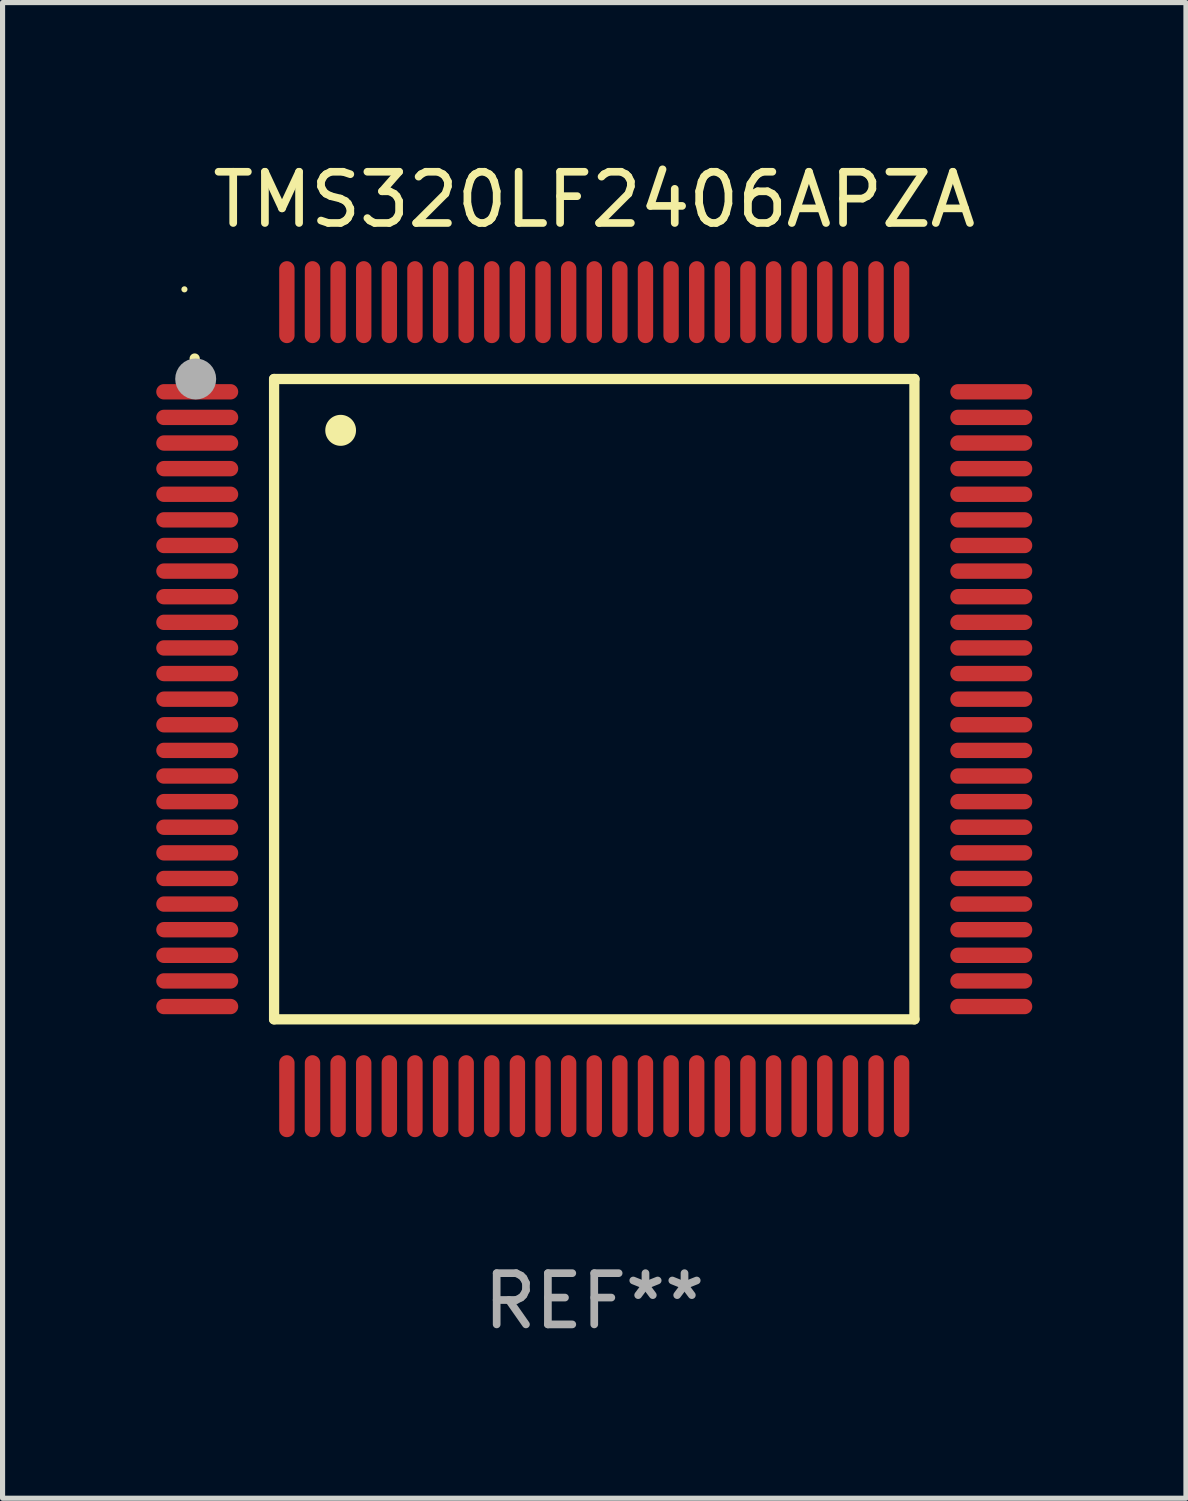
<source format=kicad_pcb>
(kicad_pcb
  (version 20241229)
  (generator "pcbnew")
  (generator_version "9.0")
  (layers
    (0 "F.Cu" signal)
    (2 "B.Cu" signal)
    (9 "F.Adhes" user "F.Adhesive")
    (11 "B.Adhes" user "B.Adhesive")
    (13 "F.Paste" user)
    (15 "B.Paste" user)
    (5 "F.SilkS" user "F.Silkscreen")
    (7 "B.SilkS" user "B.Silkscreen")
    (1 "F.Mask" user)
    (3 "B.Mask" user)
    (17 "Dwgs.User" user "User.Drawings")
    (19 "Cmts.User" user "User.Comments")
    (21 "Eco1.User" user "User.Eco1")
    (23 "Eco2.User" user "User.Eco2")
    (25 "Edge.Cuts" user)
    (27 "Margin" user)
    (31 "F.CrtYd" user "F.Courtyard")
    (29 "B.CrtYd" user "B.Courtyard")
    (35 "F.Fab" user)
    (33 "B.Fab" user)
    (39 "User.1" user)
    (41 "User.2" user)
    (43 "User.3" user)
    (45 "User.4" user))
  (footprint "TMS320LF2406APZA"
    (layer "F.Cu")
    (at 8.55 10.598)
    (property "Reference" "TMS320LF2406APZA" (at 0 -9.75 0) (layer "F.SilkS") (effects (font (size 1 1) (thickness 0.15))))
    (attr through_hole)
    (fp_line (start -6.25 -6.25) (end -6.25 6.25) (stroke (width 0.2) (type solid)) (layer "F.SilkS"))
    (fp_line (start -6.25 6.25) (end 6.25 6.25) (stroke (width 0.2) (type solid)) (layer "F.SilkS"))
    (fp_line (start 6.25 -6.25) (end -6.25 -6.25) (stroke (width 0.2) (type solid)) (layer "F.SilkS"))
    (fp_line (start 6.25 6.25) (end 6.25 -6.25) (stroke (width 0.2) (type solid)) (layer "F.SilkS"))
    (fp_arc (start -7.799568 -6.647625) (mid -7.799571 -6.648463) (end -7.799568 -6.649301) (stroke (width 0.2) (type solid)) (layer "F.SilkS"))
    (fp_arc (start -4.95047 -5.245111) (mid -4.950481 -5.247651) (end -4.95047 -5.250191) (stroke (width 0.6) (type solid)) (layer "F.SilkS"))
    (fp_circle (center -8 -8) (end -7.97 -8) (stroke (width 0.06) (type solid)) (fill no) (layer "F.SilkS"))
    (fp_circle (center -7.78 -6.25) (end -7.58 -6.25) (stroke (width 0.4) (type solid)) (fill no) (layer "F.Fab"))
    (fp_text user "REF**" (at 0 11.75 0) (layer "F.Fab") (effects (font (size 1 1) (thickness 0.15))))
    (pad "1" smd oval (at -7.75 -6 90) (size 0.3 1.6) (layers "F.Cu" "F.Mask" "F.Paste"))
    (pad "2" smd oval (at -7.75 -5.5 90) (size 0.3 1.6) (layers "F.Cu" "F.Mask" "F.Paste"))
    (pad "3" smd oval (at -7.75 -5 90) (size 0.3 1.6) (layers "F.Cu" "F.Mask" "F.Paste"))
    (pad "4" smd oval (at -7.75 -4.5 90) (size 0.3 1.6) (layers "F.Cu" "F.Mask" "F.Paste"))
    (pad "5" smd oval (at -7.75 -4 90) (size 0.3 1.6) (layers "F.Cu" "F.Mask" "F.Paste"))
    (pad "6" smd oval (at -7.75 -3.5 90) (size 0.3 1.6) (layers "F.Cu" "F.Mask" "F.Paste"))
    (pad "7" smd oval (at -7.75 -3 90) (size 0.3 1.6) (layers "F.Cu" "F.Mask" "F.Paste"))
    (pad "8" smd oval (at -7.75 -2.5 90) (size 0.3 1.6) (layers "F.Cu" "F.Mask" "F.Paste"))
    (pad "9" smd oval (at -7.75 -2 90) (size 0.3 1.6) (layers "F.Cu" "F.Mask" "F.Paste"))
    (pad "10" smd oval (at -7.75 -1.5 90) (size 0.3 1.6) (layers "F.Cu" "F.Mask" "F.Paste"))
    (pad "11" smd oval (at -7.75 -1 90) (size 0.3 1.6) (layers "F.Cu" "F.Mask" "F.Paste"))
    (pad "12" smd oval (at -7.75 -0.5 90) (size 0.3 1.6) (layers "F.Cu" "F.Mask" "F.Paste"))
    (pad "13" smd oval (at -7.75 0 90) (size 0.3 1.6) (layers "F.Cu" "F.Mask" "F.Paste"))
    (pad "14" smd oval (at -7.75 0.5 90) (size 0.3 1.6) (layers "F.Cu" "F.Mask" "F.Paste"))
    (pad "15" smd oval (at -7.75 1 90) (size 0.3 1.6) (layers "F.Cu" "F.Mask" "F.Paste"))
    (pad "16" smd oval (at -7.75 1.5 90) (size 0.3 1.6) (layers "F.Cu" "F.Mask" "F.Paste"))
    (pad "17" smd oval (at -7.75 2 90) (size 0.3 1.6) (layers "F.Cu" "F.Mask" "F.Paste"))
    (pad "18" smd oval (at -7.75 2.5 90) (size 0.3 1.6) (layers "F.Cu" "F.Mask" "F.Paste"))
    (pad "19" smd oval (at -7.75 3 90) (size 0.3 1.6) (layers "F.Cu" "F.Mask" "F.Paste"))
    (pad "20" smd oval (at -7.75 3.5 90) (size 0.3 1.6) (layers "F.Cu" "F.Mask" "F.Paste"))
    (pad "21" smd oval (at -7.75 4 90) (size 0.3 1.6) (layers "F.Cu" "F.Mask" "F.Paste"))
    (pad "22" smd oval (at -7.75 4.5 90) (size 0.3 1.6) (layers "F.Cu" "F.Mask" "F.Paste"))
    (pad "23" smd oval (at -7.75 5 90) (size 0.3 1.6) (layers "F.Cu" "F.Mask" "F.Paste"))
    (pad "24" smd oval (at -7.75 5.5 90) (size 0.3 1.6) (layers "F.Cu" "F.Mask" "F.Paste"))
    (pad "25" smd oval (at -7.75 6 90) (size 0.3 1.6) (layers "F.Cu" "F.Mask" "F.Paste"))
    (pad "26" smd oval (at -6 7.75) (size 0.3 1.6) (layers "F.Cu" "F.Mask" "F.Paste"))
    (pad "27" smd oval (at -5.5 7.75) (size 0.3 1.6) (layers "F.Cu" "F.Mask" "F.Paste"))
    (pad "28" smd oval (at -5 7.75) (size 0.3 1.6) (layers "F.Cu" "F.Mask" "F.Paste"))
    (pad "29" smd oval (at -4.5 7.75) (size 0.3 1.6) (layers "F.Cu" "F.Mask" "F.Paste"))
    (pad "30" smd oval (at -4 7.75) (size 0.3 1.6) (layers "F.Cu" "F.Mask" "F.Paste"))
    (pad "31" smd oval (at -3.5 7.75) (size 0.3 1.6) (layers "F.Cu" "F.Mask" "F.Paste"))
    (pad "32" smd oval (at -3 7.75) (size 0.3 1.6) (layers "F.Cu" "F.Mask" "F.Paste"))
    (pad "33" smd oval (at -2.5 7.75) (size 0.3 1.6) (layers "F.Cu" "F.Mask" "F.Paste"))
    (pad "34" smd oval (at -2 7.75) (size 0.3 1.6) (layers "F.Cu" "F.Mask" "F.Paste"))
    (pad "35" smd oval (at -1.5 7.75) (size 0.3 1.6) (layers "F.Cu" "F.Mask" "F.Paste"))
    (pad "36" smd oval (at -1 7.75) (size 0.3 1.6) (layers "F.Cu" "F.Mask" "F.Paste"))
    (pad "37" smd oval (at -0.5 7.75) (size 0.3 1.6) (layers "F.Cu" "F.Mask" "F.Paste"))
    (pad "38" smd oval (at 0 7.75) (size 0.3 1.6) (layers "F.Cu" "F.Mask" "F.Paste"))
    (pad "39" smd oval (at 0.5 7.75) (size 0.3 1.6) (layers "F.Cu" "F.Mask" "F.Paste"))
    (pad "40" smd oval (at 1 7.75) (size 0.3 1.6) (layers "F.Cu" "F.Mask" "F.Paste"))
    (pad "41" smd oval (at 1.5 7.75) (size 0.3 1.6) (layers "F.Cu" "F.Mask" "F.Paste"))
    (pad "42" smd oval (at 2 7.75) (size 0.3 1.6) (layers "F.Cu" "F.Mask" "F.Paste"))
    (pad "43" smd oval (at 2.5 7.75) (size 0.3 1.6) (layers "F.Cu" "F.Mask" "F.Paste"))
    (pad "44" smd oval (at 3 7.75) (size 0.3 1.6) (layers "F.Cu" "F.Mask" "F.Paste"))
    (pad "45" smd oval (at 3.5 7.75) (size 0.3 1.6) (layers "F.Cu" "F.Mask" "F.Paste"))
    (pad "46" smd oval (at 4 7.75) (size 0.3 1.6) (layers "F.Cu" "F.Mask" "F.Paste"))
    (pad "47" smd oval (at 4.5 7.75) (size 0.3 1.6) (layers "F.Cu" "F.Mask" "F.Paste"))
    (pad "48" smd oval (at 5 7.75) (size 0.3 1.6) (layers "F.Cu" "F.Mask" "F.Paste"))
    (pad "49" smd oval (at 5.5 7.75) (size 0.3 1.6) (layers "F.Cu" "F.Mask" "F.Paste"))
    (pad "50" smd oval (at 6 7.75) (size 0.3 1.6) (layers "F.Cu" "F.Mask" "F.Paste"))
    (pad "51" smd oval (at 7.75 6 90) (size 0.3 1.6) (layers "F.Cu" "F.Mask" "F.Paste"))
    (pad "52" smd oval (at 7.75 5.5 90) (size 0.3 1.6) (layers "F.Cu" "F.Mask" "F.Paste"))
    (pad "53" smd oval (at 7.75 5 90) (size 0.3 1.6) (layers "F.Cu" "F.Mask" "F.Paste"))
    (pad "54" smd oval (at 7.75 4.5 90) (size 0.3 1.6) (layers "F.Cu" "F.Mask" "F.Paste"))
    (pad "55" smd oval (at 7.75 4 90) (size 0.3 1.6) (layers "F.Cu" "F.Mask" "F.Paste"))
    (pad "56" smd oval (at 7.75 3.5 90) (size 0.3 1.6) (layers "F.Cu" "F.Mask" "F.Paste"))
    (pad "57" smd oval (at 7.75 3 90) (size 0.3 1.6) (layers "F.Cu" "F.Mask" "F.Paste"))
    (pad "58" smd oval (at 7.75 2.5 90) (size 0.3 1.6) (layers "F.Cu" "F.Mask" "F.Paste"))
    (pad "59" smd oval (at 7.75 2 90) (size 0.3 1.6) (layers "F.Cu" "F.Mask" "F.Paste"))
    (pad "60" smd oval (at 7.75 1.5 90) (size 0.3 1.6) (layers "F.Cu" "F.Mask" "F.Paste"))
    (pad "61" smd oval (at 7.75 1 90) (size 0.3 1.6) (layers "F.Cu" "F.Mask" "F.Paste"))
    (pad "62" smd oval (at 7.75 0.5 90) (size 0.3 1.6) (layers "F.Cu" "F.Mask" "F.Paste"))
    (pad "63" smd oval (at 7.75 0 90) (size 0.3 1.6) (layers "F.Cu" "F.Mask" "F.Paste"))
    (pad "64" smd oval (at 7.75 -0.5 90) (size 0.3 1.6) (layers "F.Cu" "F.Mask" "F.Paste"))
    (pad "65" smd oval (at 7.75 -1 90) (size 0.3 1.6) (layers "F.Cu" "F.Mask" "F.Paste"))
    (pad "66" smd oval (at 7.75 -1.5 90) (size 0.3 1.6) (layers "F.Cu" "F.Mask" "F.Paste"))
    (pad "67" smd oval (at 7.75 -2 90) (size 0.3 1.6) (layers "F.Cu" "F.Mask" "F.Paste"))
    (pad "68" smd oval (at 7.75 -2.5 90) (size 0.3 1.6) (layers "F.Cu" "F.Mask" "F.Paste"))
    (pad "69" smd oval (at 7.75 -3 90) (size 0.3 1.6) (layers "F.Cu" "F.Mask" "F.Paste"))
    (pad "70" smd oval (at 7.75 -3.5 90) (size 0.3 1.6) (layers "F.Cu" "F.Mask" "F.Paste"))
    (pad "71" smd oval (at 7.75 -4 90) (size 0.3 1.6) (layers "F.Cu" "F.Mask" "F.Paste"))
    (pad "72" smd oval (at 7.75 -4.5 90) (size 0.3 1.6) (layers "F.Cu" "F.Mask" "F.Paste"))
    (pad "73" smd oval (at 7.75 -5 90) (size 0.3 1.6) (layers "F.Cu" "F.Mask" "F.Paste"))
    (pad "74" smd oval (at 7.75 -5.5 90) (size 0.3 1.6) (layers "F.Cu" "F.Mask" "F.Paste"))
    (pad "75" smd oval (at 7.75 -6 90) (size 0.3 1.6) (layers "F.Cu" "F.Mask" "F.Paste"))
    (pad "76" smd oval (at 6 -7.75) (size 0.3 1.6) (layers "F.Cu" "F.Mask" "F.Paste"))
    (pad "77" smd oval (at 5.5 -7.75) (size 0.3 1.6) (layers "F.Cu" "F.Mask" "F.Paste"))
    (pad "78" smd oval (at 5 -7.75) (size 0.3 1.6) (layers "F.Cu" "F.Mask" "F.Paste"))
    (pad "79" smd oval (at 4.5 -7.75) (size 0.3 1.6) (layers "F.Cu" "F.Mask" "F.Paste"))
    (pad "80" smd oval (at 4 -7.75) (size 0.3 1.6) (layers "F.Cu" "F.Mask" "F.Paste"))
    (pad "81" smd oval (at 3.5 -7.75) (size 0.3 1.6) (layers "F.Cu" "F.Mask" "F.Paste"))
    (pad "82" smd oval (at 3 -7.75) (size 0.3 1.6) (layers "F.Cu" "F.Mask" "F.Paste"))
    (pad "83" smd oval (at 2.5 -7.75) (size 0.3 1.6) (layers "F.Cu" "F.Mask" "F.Paste"))
    (pad "84" smd oval (at 2 -7.75) (size 0.3 1.6) (layers "F.Cu" "F.Mask" "F.Paste"))
    (pad "85" smd oval (at 1.5 -7.75) (size 0.3 1.6) (layers "F.Cu" "F.Mask" "F.Paste"))
    (pad "86" smd oval (at 1 -7.75) (size 0.3 1.6) (layers "F.Cu" "F.Mask" "F.Paste"))
    (pad "87" smd oval (at 0.5 -7.75) (size 0.3 1.6) (layers "F.Cu" "F.Mask" "F.Paste"))
    (pad "88" smd oval (at 0 -7.75) (size 0.3 1.6) (layers "F.Cu" "F.Mask" "F.Paste"))
    (pad "89" smd oval (at -0.5 -7.75) (size 0.3 1.6) (layers "F.Cu" "F.Mask" "F.Paste"))
    (pad "90" smd oval (at -1 -7.75) (size 0.3 1.6) (layers "F.Cu" "F.Mask" "F.Paste"))
    (pad "91" smd oval (at -1.5 -7.75) (size 0.3 1.6) (layers "F.Cu" "F.Mask" "F.Paste"))
    (pad "92" smd oval (at -2 -7.75) (size 0.3 1.6) (layers "F.Cu" "F.Mask" "F.Paste"))
    (pad "93" smd oval (at -2.5 -7.75) (size 0.3 1.6) (layers "F.Cu" "F.Mask" "F.Paste"))
    (pad "94" smd oval (at -3 -7.75) (size 0.3 1.6) (layers "F.Cu" "F.Mask" "F.Paste"))
    (pad "95" smd oval (at -3.5 -7.75) (size 0.3 1.6) (layers "F.Cu" "F.Mask" "F.Paste"))
    (pad "96" smd oval (at -4 -7.75) (size 0.3 1.6) (layers "F.Cu" "F.Mask" "F.Paste"))
    (pad "97" smd oval (at -4.5 -7.75) (size 0.3 1.6) (layers "F.Cu" "F.Mask" "F.Paste"))
    (pad "98" smd oval (at -5 -7.75) (size 0.3 1.6) (layers "F.Cu" "F.Mask" "F.Paste"))
    (pad "99" smd oval (at -5.5 -7.75) (size 0.3 1.6) (layers "F.Cu" "F.Mask" "F.Paste"))
    (pad "100" smd oval (at -6 -7.75) (size 0.3 1.6) (layers "F.Cu" "F.Mask" "F.Paste")))
  (gr_rect
    (start -3 -3)
    (end 20.1 26.196)
    (stroke (width 0.1) (type default))
    (fill no)
    (layer "Edge.Cuts")))
</source>
